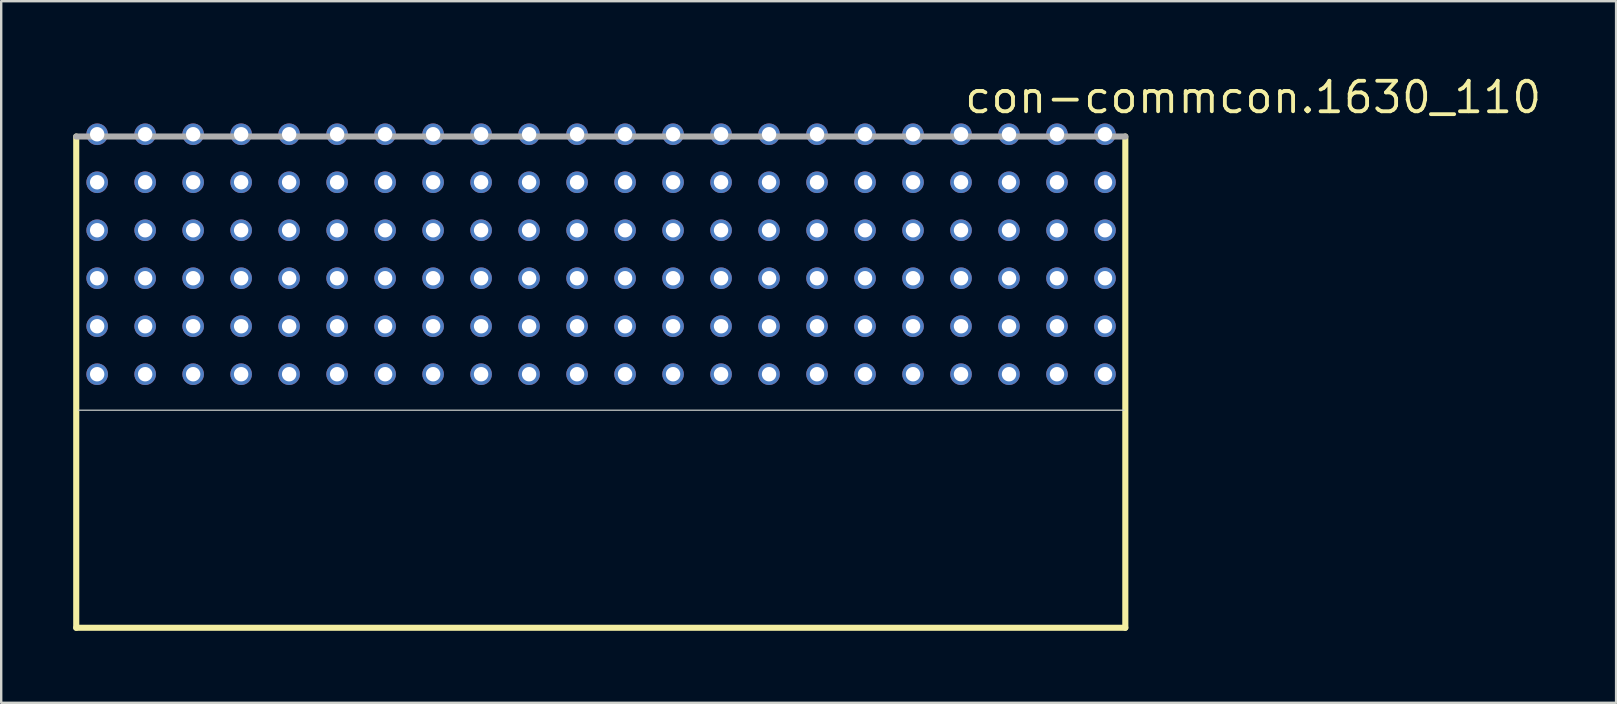
<source format=kicad_pcb>
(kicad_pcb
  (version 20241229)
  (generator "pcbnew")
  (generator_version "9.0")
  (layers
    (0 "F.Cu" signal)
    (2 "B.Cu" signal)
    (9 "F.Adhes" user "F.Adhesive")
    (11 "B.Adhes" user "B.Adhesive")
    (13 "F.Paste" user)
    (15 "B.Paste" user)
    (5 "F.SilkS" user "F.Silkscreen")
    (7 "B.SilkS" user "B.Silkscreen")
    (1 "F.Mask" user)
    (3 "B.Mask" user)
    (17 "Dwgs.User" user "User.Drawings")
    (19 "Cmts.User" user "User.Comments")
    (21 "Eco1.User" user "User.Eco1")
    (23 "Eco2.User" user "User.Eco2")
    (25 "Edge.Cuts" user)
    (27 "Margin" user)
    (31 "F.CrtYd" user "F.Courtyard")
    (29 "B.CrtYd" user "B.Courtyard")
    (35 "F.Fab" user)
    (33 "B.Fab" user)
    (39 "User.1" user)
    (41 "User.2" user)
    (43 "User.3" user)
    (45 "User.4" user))
  (footprint "con-commcon.1630_110"
    (layer "F.Cu")
    (at 21.999 13.815)
    (property "Reference" "con-commcon.1630_110" (at 15.065 -12.065 0) (layer "F.SilkS") (effects (font (size 1.27 1.27) (thickness 0.16)) (justify left bottom)))
    (attr through_hole)
    (fp_line (start -21.872 -11.176) (end -21.872 9.296) (stroke (width 0.254) (type default)) (layer "F.SilkS"))
    (fp_line (start -21.872 9.296) (end 21.847 9.296) (stroke (width 0.254) (type default)) (layer "F.SilkS"))
    (fp_line (start 21.847 9.296) (end 21.847 -11.176) (stroke (width 0.254) (type default)) (layer "F.SilkS"))
    (fp_line (start -21.789 0.23) (end 21.789 0.23) (stroke (width 0.051) (type default)) (layer "Edge.Cuts"))
    (fp_line (start 21.847 -11.176) (end -21.872 -11.176) (stroke (width 0.254) (type default)) (layer "F.Fab"))
    (pad "A1" thru_hole circle (at 21 -1.27) (size 0.9 0.9) (drill 0.6) (layers "*.Cu" "*.Mask"))
    (pad "A2" thru_hole circle (at 19 -1.27) (size 0.9 0.9) (drill 0.6) (layers "*.Cu" "*.Mask"))
    (pad "A3" thru_hole circle (at 17 -1.27) (size 0.9 0.9) (drill 0.6) (layers "*.Cu" "*.Mask"))
    (pad "A4" thru_hole circle (at 15 -1.27) (size 0.9 0.9) (drill 0.6) (layers "*.Cu" "*.Mask"))
    (pad "A5" thru_hole circle (at 13 -1.27) (size 0.9 0.9) (drill 0.6) (layers "*.Cu" "*.Mask"))
    (pad "A6" thru_hole circle (at 11 -1.27) (size 0.9 0.9) (drill 0.6) (layers "*.Cu" "*.Mask"))
    (pad "A7" thru_hole circle (at 9 -1.27) (size 0.9 0.9) (drill 0.6) (layers "*.Cu" "*.Mask"))
    (pad "A8" thru_hole circle (at 7 -1.27) (size 0.9 0.9) (drill 0.6) (layers "*.Cu" "*.Mask"))
    (pad "A9" thru_hole circle (at 5 -1.27) (size 0.9 0.9) (drill 0.6) (layers "*.Cu" "*.Mask"))
    (pad "A10" thru_hole circle (at 3 -1.27) (size 0.9 0.9) (drill 0.6) (layers "*.Cu" "*.Mask"))
    (pad "A11" thru_hole circle (at 1 -1.27) (size 0.9 0.9) (drill 0.6) (layers "*.Cu" "*.Mask"))
    (pad "A12" thru_hole circle (at -1 -1.27) (size 0.9 0.9) (drill 0.6) (layers "*.Cu" "*.Mask"))
    (pad "A13" thru_hole circle (at -3 -1.27) (size 0.9 0.9) (drill 0.6) (layers "*.Cu" "*.Mask"))
    (pad "A14" thru_hole circle (at -5 -1.27) (size 0.9 0.9) (drill 0.6) (layers "*.Cu" "*.Mask"))
    (pad "A15" thru_hole circle (at -7 -1.27) (size 0.9 0.9) (drill 0.6) (layers "*.Cu" "*.Mask"))
    (pad "A16" thru_hole circle (at -9 -1.27) (size 0.9 0.9) (drill 0.6) (layers "*.Cu" "*.Mask"))
    (pad "A17" thru_hole circle (at -11 -1.27) (size 0.9 0.9) (drill 0.6) (layers "*.Cu" "*.Mask"))
    (pad "A18" thru_hole circle (at -13 -1.27) (size 0.9 0.9) (drill 0.6) (layers "*.Cu" "*.Mask"))
    (pad "A19" thru_hole circle (at -15 -1.27) (size 0.9 0.9) (drill 0.6) (layers "*.Cu" "*.Mask"))
    (pad "A20" thru_hole circle (at -17 -1.27) (size 0.9 0.9) (drill 0.6) (layers "*.Cu" "*.Mask"))
    (pad "A21" thru_hole circle (at -19 -1.27) (size 0.9 0.9) (drill 0.6) (layers "*.Cu" "*.Mask"))
    (pad "A22" thru_hole circle (at -21 -1.27) (size 0.9 0.9) (drill 0.6) (layers "*.Cu" "*.Mask"))
    (pad "B1" thru_hole circle (at 21 -3.27) (size 0.9 0.9) (drill 0.6) (layers "*.Cu" "*.Mask"))
    (pad "B2" thru_hole circle (at 19 -3.27) (size 0.9 0.9) (drill 0.6) (layers "*.Cu" "*.Mask"))
    (pad "B3" thru_hole circle (at 17 -3.27) (size 0.9 0.9) (drill 0.6) (layers "*.Cu" "*.Mask"))
    (pad "B4" thru_hole circle (at 15 -3.27) (size 0.9 0.9) (drill 0.6) (layers "*.Cu" "*.Mask"))
    (pad "B5" thru_hole circle (at 13 -3.27) (size 0.9 0.9) (drill 0.6) (layers "*.Cu" "*.Mask"))
    (pad "B6" thru_hole circle (at 11 -3.27) (size 0.9 0.9) (drill 0.6) (layers "*.Cu" "*.Mask"))
    (pad "B7" thru_hole circle (at 9 -3.27) (size 0.9 0.9) (drill 0.6) (layers "*.Cu" "*.Mask"))
    (pad "B8" thru_hole circle (at 7 -3.27) (size 0.9 0.9) (drill 0.6) (layers "*.Cu" "*.Mask"))
    (pad "B9" thru_hole circle (at 5 -3.27) (size 0.9 0.9) (drill 0.6) (layers "*.Cu" "*.Mask"))
    (pad "B10" thru_hole circle (at 3 -3.27) (size 0.9 0.9) (drill 0.6) (layers "*.Cu" "*.Mask"))
    (pad "B11" thru_hole circle (at 1 -3.27) (size 0.9 0.9) (drill 0.6) (layers "*.Cu" "*.Mask"))
    (pad "B12" thru_hole circle (at -1 -3.27) (size 0.9 0.9) (drill 0.6) (layers "*.Cu" "*.Mask"))
    (pad "B13" thru_hole circle (at -3 -3.27) (size 0.9 0.9) (drill 0.6) (layers "*.Cu" "*.Mask"))
    (pad "B14" thru_hole circle (at -5 -3.27) (size 0.9 0.9) (drill 0.6) (layers "*.Cu" "*.Mask"))
    (pad "B15" thru_hole circle (at -7 -3.27) (size 0.9 0.9) (drill 0.6) (layers "*.Cu" "*.Mask"))
    (pad "B16" thru_hole circle (at -9 -3.27) (size 0.9 0.9) (drill 0.6) (layers "*.Cu" "*.Mask"))
    (pad "B17" thru_hole circle (at -11 -3.27) (size 0.9 0.9) (drill 0.6) (layers "*.Cu" "*.Mask"))
    (pad "B18" thru_hole circle (at -13 -3.27) (size 0.9 0.9) (drill 0.6) (layers "*.Cu" "*.Mask"))
    (pad "B19" thru_hole circle (at -15 -3.27) (size 0.9 0.9) (drill 0.6) (layers "*.Cu" "*.Mask"))
    (pad "B20" thru_hole circle (at -17 -3.27) (size 0.9 0.9) (drill 0.6) (layers "*.Cu" "*.Mask"))
    (pad "B21" thru_hole circle (at -19 -3.27) (size 0.9 0.9) (drill 0.6) (layers "*.Cu" "*.Mask"))
    (pad "B22" thru_hole circle (at -21 -3.27) (size 0.9 0.9) (drill 0.6) (layers "*.Cu" "*.Mask"))
    (pad "C1" thru_hole circle (at 21 -5.27) (size 0.9 0.9) (drill 0.6) (layers "*.Cu" "*.Mask"))
    (pad "C2" thru_hole circle (at 19 -5.27) (size 0.9 0.9) (drill 0.6) (layers "*.Cu" "*.Mask"))
    (pad "C3" thru_hole circle (at 17 -5.27) (size 0.9 0.9) (drill 0.6) (layers "*.Cu" "*.Mask"))
    (pad "C4" thru_hole circle (at 15 -5.27) (size 0.9 0.9) (drill 0.6) (layers "*.Cu" "*.Mask"))
    (pad "C5" thru_hole circle (at 13 -5.27) (size 0.9 0.9) (drill 0.6) (layers "*.Cu" "*.Mask"))
    (pad "C6" thru_hole circle (at 11 -5.27) (size 0.9 0.9) (drill 0.6) (layers "*.Cu" "*.Mask"))
    (pad "C7" thru_hole circle (at 9 -5.27) (size 0.9 0.9) (drill 0.6) (layers "*.Cu" "*.Mask"))
    (pad "C8" thru_hole circle (at 7 -5.27) (size 0.9 0.9) (drill 0.6) (layers "*.Cu" "*.Mask"))
    (pad "C9" thru_hole circle (at 5 -5.27) (size 0.9 0.9) (drill 0.6) (layers "*.Cu" "*.Mask"))
    (pad "C10" thru_hole circle (at 3 -5.27) (size 0.9 0.9) (drill 0.6) (layers "*.Cu" "*.Mask"))
    (pad "C11" thru_hole circle (at 1 -5.27) (size 0.9 0.9) (drill 0.6) (layers "*.Cu" "*.Mask"))
    (pad "C12" thru_hole circle (at -1 -5.27) (size 0.9 0.9) (drill 0.6) (layers "*.Cu" "*.Mask"))
    (pad "C13" thru_hole circle (at -3 -5.27) (size 0.9 0.9) (drill 0.6) (layers "*.Cu" "*.Mask"))
    (pad "C14" thru_hole circle (at -5 -5.27) (size 0.9 0.9) (drill 0.6) (layers "*.Cu" "*.Mask"))
    (pad "C15" thru_hole circle (at -7 -5.27) (size 0.9 0.9) (drill 0.6) (layers "*.Cu" "*.Mask"))
    (pad "C16" thru_hole circle (at -9 -5.27) (size 0.9 0.9) (drill 0.6) (layers "*.Cu" "*.Mask"))
    (pad "C17" thru_hole circle (at -11 -5.27) (size 0.9 0.9) (drill 0.6) (layers "*.Cu" "*.Mask"))
    (pad "C18" thru_hole circle (at -13 -5.27) (size 0.9 0.9) (drill 0.6) (layers "*.Cu" "*.Mask"))
    (pad "C19" thru_hole circle (at -15 -5.27) (size 0.9 0.9) (drill 0.6) (layers "*.Cu" "*.Mask"))
    (pad "C20" thru_hole circle (at -17 -5.27) (size 0.9 0.9) (drill 0.6) (layers "*.Cu" "*.Mask"))
    (pad "C21" thru_hole circle (at -19 -5.27) (size 0.9 0.9) (drill 0.6) (layers "*.Cu" "*.Mask"))
    (pad "C22" thru_hole circle (at -21 -5.27) (size 0.9 0.9) (drill 0.6) (layers "*.Cu" "*.Mask"))
    (pad "D1" thru_hole circle (at 21 -7.27) (size 0.9 0.9) (drill 0.6) (layers "*.Cu" "*.Mask"))
    (pad "D2" thru_hole circle (at 19 -7.27) (size 0.9 0.9) (drill 0.6) (layers "*.Cu" "*.Mask"))
    (pad "D3" thru_hole circle (at 17 -7.27) (size 0.9 0.9) (drill 0.6) (layers "*.Cu" "*.Mask"))
    (pad "D4" thru_hole circle (at 15 -7.27) (size 0.9 0.9) (drill 0.6) (layers "*.Cu" "*.Mask"))
    (pad "D5" thru_hole circle (at 13 -7.27) (size 0.9 0.9) (drill 0.6) (layers "*.Cu" "*.Mask"))
    (pad "D6" thru_hole circle (at 11 -7.27) (size 0.9 0.9) (drill 0.6) (layers "*.Cu" "*.Mask"))
    (pad "D7" thru_hole circle (at 9 -7.27) (size 0.9 0.9) (drill 0.6) (layers "*.Cu" "*.Mask"))
    (pad "D8" thru_hole circle (at 7 -7.27) (size 0.9 0.9) (drill 0.6) (layers "*.Cu" "*.Mask"))
    (pad "D9" thru_hole circle (at 5 -7.27) (size 0.9 0.9) (drill 0.6) (layers "*.Cu" "*.Mask"))
    (pad "D10" thru_hole circle (at 3 -7.27) (size 0.9 0.9) (drill 0.6) (layers "*.Cu" "*.Mask"))
    (pad "D11" thru_hole circle (at 1 -7.27) (size 0.9 0.9) (drill 0.6) (layers "*.Cu" "*.Mask"))
    (pad "D12" thru_hole circle (at -1 -7.27) (size 0.9 0.9) (drill 0.6) (layers "*.Cu" "*.Mask"))
    (pad "D13" thru_hole circle (at -3 -7.27) (size 0.9 0.9) (drill 0.6) (layers "*.Cu" "*.Mask"))
    (pad "D14" thru_hole circle (at -5 -7.27) (size 0.9 0.9) (drill 0.6) (layers "*.Cu" "*.Mask"))
    (pad "D15" thru_hole circle (at -7 -7.27) (size 0.9 0.9) (drill 0.6) (layers "*.Cu" "*.Mask"))
    (pad "D16" thru_hole circle (at -9 -7.27) (size 0.9 0.9) (drill 0.6) (layers "*.Cu" "*.Mask"))
    (pad "D17" thru_hole circle (at -11 -7.27) (size 0.9 0.9) (drill 0.6) (layers "*.Cu" "*.Mask"))
    (pad "D18" thru_hole circle (at -13 -7.27) (size 0.9 0.9) (drill 0.6) (layers "*.Cu" "*.Mask"))
    (pad "D19" thru_hole circle (at -15 -7.27) (size 0.9 0.9) (drill 0.6) (layers "*.Cu" "*.Mask"))
    (pad "D20" thru_hole circle (at -17 -7.27) (size 0.9 0.9) (drill 0.6) (layers "*.Cu" "*.Mask"))
    (pad "D21" thru_hole circle (at -19 -7.27) (size 0.9 0.9) (drill 0.6) (layers "*.Cu" "*.Mask"))
    (pad "D22" thru_hole circle (at -21 -7.27) (size 0.9 0.9) (drill 0.6) (layers "*.Cu" "*.Mask"))
    (pad "E1" thru_hole circle (at 21 -9.27) (size 0.9 0.9) (drill 0.6) (layers "*.Cu" "*.Mask"))
    (pad "E2" thru_hole circle (at 19 -9.27) (size 0.9 0.9) (drill 0.6) (layers "*.Cu" "*.Mask"))
    (pad "E3" thru_hole circle (at 17 -9.27) (size 0.9 0.9) (drill 0.6) (layers "*.Cu" "*.Mask"))
    (pad "E4" thru_hole circle (at 15 -9.27) (size 0.9 0.9) (drill 0.6) (layers "*.Cu" "*.Mask"))
    (pad "E5" thru_hole circle (at 13 -9.27) (size 0.9 0.9) (drill 0.6) (layers "*.Cu" "*.Mask"))
    (pad "E6" thru_hole circle (at 11 -9.27) (size 0.9 0.9) (drill 0.6) (layers "*.Cu" "*.Mask"))
    (pad "E7" thru_hole circle (at 9 -9.27) (size 0.9 0.9) (drill 0.6) (layers "*.Cu" "*.Mask"))
    (pad "E8" thru_hole circle (at 7 -9.27) (size 0.9 0.9) (drill 0.6) (layers "*.Cu" "*.Mask"))
    (pad "E9" thru_hole circle (at 5 -9.27) (size 0.9 0.9) (drill 0.6) (layers "*.Cu" "*.Mask"))
    (pad "E10" thru_hole circle (at 3 -9.27) (size 0.9 0.9) (drill 0.6) (layers "*.Cu" "*.Mask"))
    (pad "E11" thru_hole circle (at 1 -9.27) (size 0.9 0.9) (drill 0.6) (layers "*.Cu" "*.Mask"))
    (pad "E12" thru_hole circle (at -1 -9.27) (size 0.9 0.9) (drill 0.6) (layers "*.Cu" "*.Mask"))
    (pad "E13" thru_hole circle (at -3 -9.27) (size 0.9 0.9) (drill 0.6) (layers "*.Cu" "*.Mask"))
    (pad "E14" thru_hole circle (at -5 -9.27) (size 0.9 0.9) (drill 0.6) (layers "*.Cu" "*.Mask"))
    (pad "E15" thru_hole circle (at -7 -9.27) (size 0.9 0.9) (drill 0.6) (layers "*.Cu" "*.Mask"))
    (pad "E16" thru_hole circle (at -9 -9.27) (size 0.9 0.9) (drill 0.6) (layers "*.Cu" "*.Mask"))
    (pad "E17" thru_hole circle (at -11 -9.27) (size 0.9 0.9) (drill 0.6) (layers "*.Cu" "*.Mask"))
    (pad "E18" thru_hole circle (at -13 -9.27) (size 0.9 0.9) (drill 0.6) (layers "*.Cu" "*.Mask"))
    (pad "E19" thru_hole circle (at -15 -9.27) (size 0.9 0.9) (drill 0.6) (layers "*.Cu" "*.Mask"))
    (pad "E20" thru_hole circle (at -17 -9.27) (size 0.9 0.9) (drill 0.6) (layers "*.Cu" "*.Mask"))
    (pad "E21" thru_hole circle (at -19 -9.27) (size 0.9 0.9) (drill 0.6) (layers "*.Cu" "*.Mask"))
    (pad "E22" thru_hole circle (at -21 -9.27) (size 0.9 0.9) (drill 0.6) (layers "*.Cu" "*.Mask"))
    (pad "F1" thru_hole circle (at 21 -11.27) (size 0.9 0.9) (drill 0.6) (layers "*.Cu" "*.Mask"))
    (pad "F2" thru_hole circle (at 19 -11.27) (size 0.9 0.9) (drill 0.6) (layers "*.Cu" "*.Mask"))
    (pad "F3" thru_hole circle (at 17 -11.27) (size 0.9 0.9) (drill 0.6) (layers "*.Cu" "*.Mask"))
    (pad "F4" thru_hole circle (at 15 -11.27) (size 0.9 0.9) (drill 0.6) (layers "*.Cu" "*.Mask"))
    (pad "F5" thru_hole circle (at 13 -11.27) (size 0.9 0.9) (drill 0.6) (layers "*.Cu" "*.Mask"))
    (pad "F6" thru_hole circle (at 11 -11.27) (size 0.9 0.9) (drill 0.6) (layers "*.Cu" "*.Mask"))
    (pad "F7" thru_hole circle (at 9 -11.27) (size 0.9 0.9) (drill 0.6) (layers "*.Cu" "*.Mask"))
    (pad "F8" thru_hole circle (at 7 -11.27) (size 0.9 0.9) (drill 0.6) (layers "*.Cu" "*.Mask"))
    (pad "F9" thru_hole circle (at 5 -11.27) (size 0.9 0.9) (drill 0.6) (layers "*.Cu" "*.Mask"))
    (pad "F10" thru_hole circle (at 3 -11.27) (size 0.9 0.9) (drill 0.6) (layers "*.Cu" "*.Mask"))
    (pad "F11" thru_hole circle (at 1 -11.27) (size 0.9 0.9) (drill 0.6) (layers "*.Cu" "*.Mask"))
    (pad "F12" thru_hole circle (at -1 -11.27) (size 0.9 0.9) (drill 0.6) (layers "*.Cu" "*.Mask"))
    (pad "F13" thru_hole circle (at -3 -11.27) (size 0.9 0.9) (drill 0.6) (layers "*.Cu" "*.Mask"))
    (pad "F14" thru_hole circle (at -5 -11.27) (size 0.9 0.9) (drill 0.6) (layers "*.Cu" "*.Mask"))
    (pad "F15" thru_hole circle (at -7 -11.27) (size 0.9 0.9) (drill 0.6) (layers "*.Cu" "*.Mask"))
    (pad "F16" thru_hole circle (at -9 -11.27) (size 0.9 0.9) (drill 0.6) (layers "*.Cu" "*.Mask"))
    (pad "F17" thru_hole circle (at -11 -11.27) (size 0.9 0.9) (drill 0.6) (layers "*.Cu" "*.Mask"))
    (pad "F18" thru_hole circle (at -13 -11.27) (size 0.9 0.9) (drill 0.6) (layers "*.Cu" "*.Mask"))
    (pad "F19" thru_hole circle (at -15 -11.27) (size 0.9 0.9) (drill 0.6) (layers "*.Cu" "*.Mask"))
    (pad "F20" thru_hole circle (at -17 -11.27) (size 0.9 0.9) (drill 0.6) (layers "*.Cu" "*.Mask"))
    (pad "F21" thru_hole circle (at -19 -11.27) (size 0.9 0.9) (drill 0.6) (layers "*.Cu" "*.Mask"))
    (pad "F22" thru_hole circle (at -21 -11.27) (size 0.9 0.9) (drill 0.6) (layers "*.Cu" "*.Mask")))
  (gr_rect
    (start -3 -3)
    (end 64.299 26.238)
    (stroke (width 0.1) (type default))
    (fill no)
    (layer "Edge.Cuts")))
</source>
